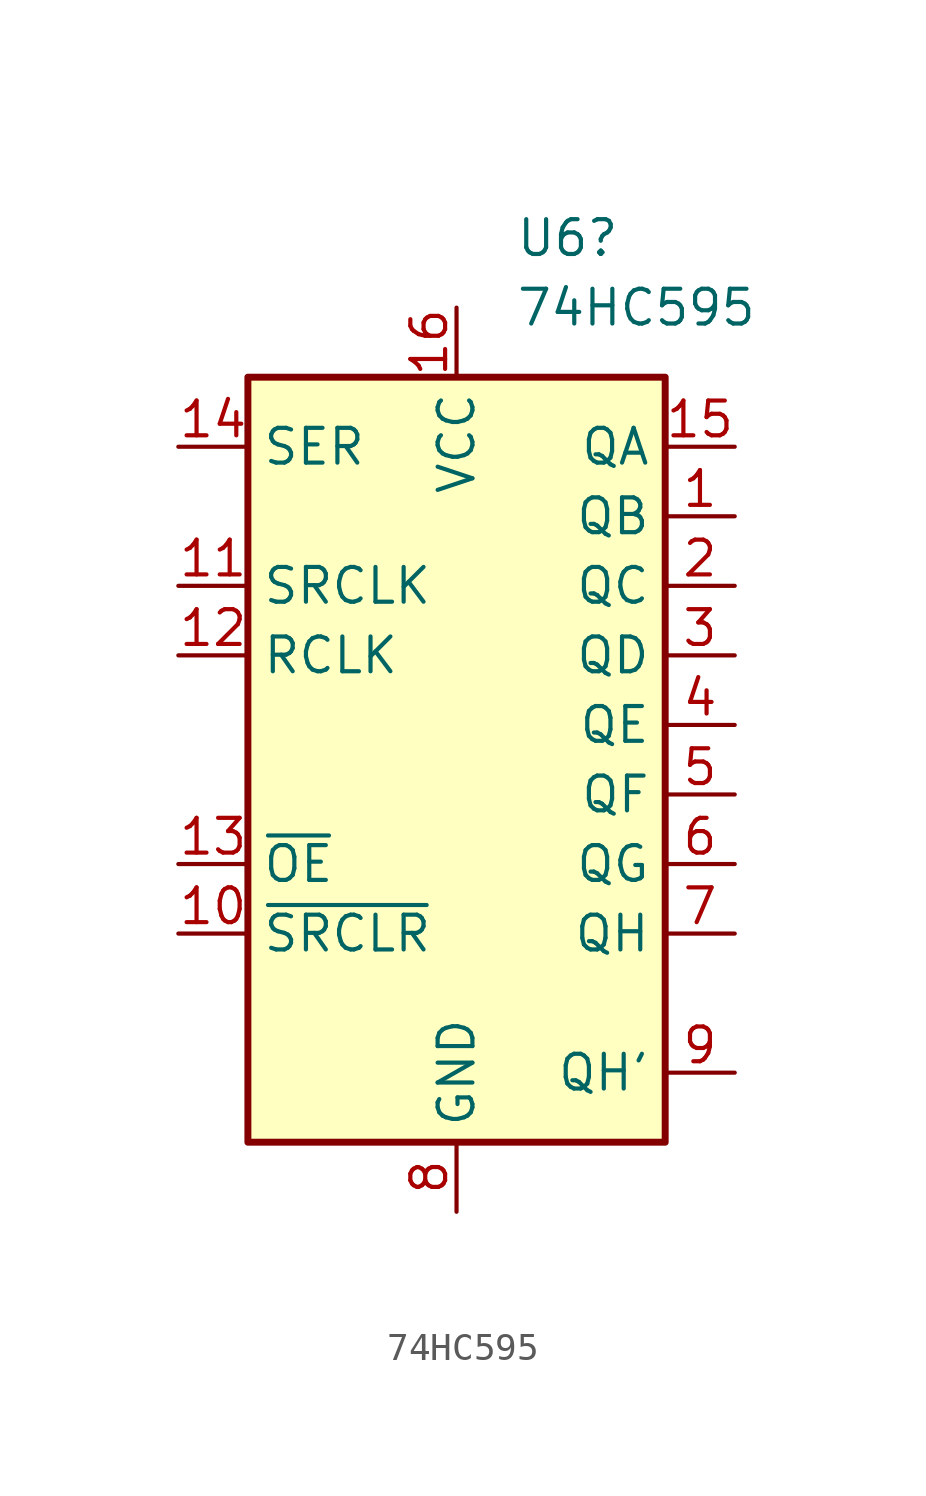
<source format=kicad_sym>
(kicad_symbol_lib
  (version 20241209)
  (generator "kicad_symbol_editor")
  (generator_version "9.0")
  (symbol "74HC595"
    (property "Reference" "U6"
      (at 2.143 17.78 0)
      (effects (font (size 1.27 1.27)) (justify left)))
    (property "Value" "74HC595"
      (at 2.143 15.24 0)
      (effects (font (size 1.27 1.27)) (justify left)))
    (symbol "74HC595_1_0"
      (pin input line (at -10.16 10.16 0) (length 2.54) (name "SER" (effects (font (size 1.27 1.27)))) (number "14" (effects (font (size 1.27 1.27)))))
      (pin input line (at -10.16 5.08 0) (length 2.54) (name "SRCLK" (effects (font (size 1.27 1.27)))) (number "11" (effects (font (size 1.27 1.27)))))
      (pin input line (at -10.16 2.54 0) (length 2.54) (name "RCLK" (effects (font (size 1.27 1.27)))) (number "12" (effects (font (size 1.27 1.27)))))
      (pin input line (at -10.16 -5.08 0) (length 2.54) (name "~{OE}" (effects (font (size 1.27 1.27)))) (number "13" (effects (font (size 1.27 1.27)))))
      (pin input line (at -10.16 -7.62 0) (length 2.54) (name "~{SRCLR}" (effects (font (size 1.27 1.27)))) (number "10" (effects (font (size 1.27 1.27)))))
      (pin power_in line (at 0 15.24 270) (length 2.54) (name "VCC" (effects (font (size 1.27 1.27)))) (number "16" (effects (font (size 1.27 1.27)))))
      (pin power_in line (at 0 -17.78 90) (length 2.54) (name "GND" (effects (font (size 1.27 1.27)))) (number "8" (effects (font (size 1.27 1.27)))))
      (pin tri_state line (at 10.16 10.16 180) (length 2.54) (name "QA" (effects (font (size 1.27 1.27)))) (number "15" (effects (font (size 1.27 1.27)))))
      (pin tri_state line (at 10.16 7.62 180) (length 2.54) (name "QB" (effects (font (size 1.27 1.27)))) (number "1" (effects (font (size 1.27 1.27)))))
      (pin tri_state line (at 10.16 5.08 180) (length 2.54) (name "QC" (effects (font (size 1.27 1.27)))) (number "2" (effects (font (size 1.27 1.27)))))
      (pin tri_state line (at 10.16 2.54 180) (length 2.54) (name "QD" (effects (font (size 1.27 1.27)))) (number "3" (effects (font (size 1.27 1.27)))))
      (pin tri_state line (at 10.16 0 180) (length 2.54) (name "QE" (effects (font (size 1.27 1.27)))) (number "4" (effects (font (size 1.27 1.27)))))
      (pin tri_state line (at 10.16 -2.54 180) (length 2.54) (name "QF" (effects (font (size 1.27 1.27)))) (number "5" (effects (font (size 1.27 1.27)))))
      (pin tri_state line (at 10.16 -5.08 180) (length 2.54) (name "QG" (effects (font (size 1.27 1.27)))) (number "6" (effects (font (size 1.27 1.27)))))
      (pin tri_state line (at 10.16 -7.62 180) (length 2.54) (name "QH" (effects (font (size 1.27 1.27)))) (number "7" (effects (font (size 1.27 1.27)))))
      (pin output line (at 10.16 -12.7 180) (length 2.54) (name "QH'" (effects (font (size 1.27 1.27)))) (number "9" (effects (font (size 1.27 1.27))))))
    (symbol "74HC595_1_1"
      (rectangle (start -7.62 12.7) (end 7.62 -15.24) (stroke (width 0.254) (type default)) (fill (type background))))))
</source>
